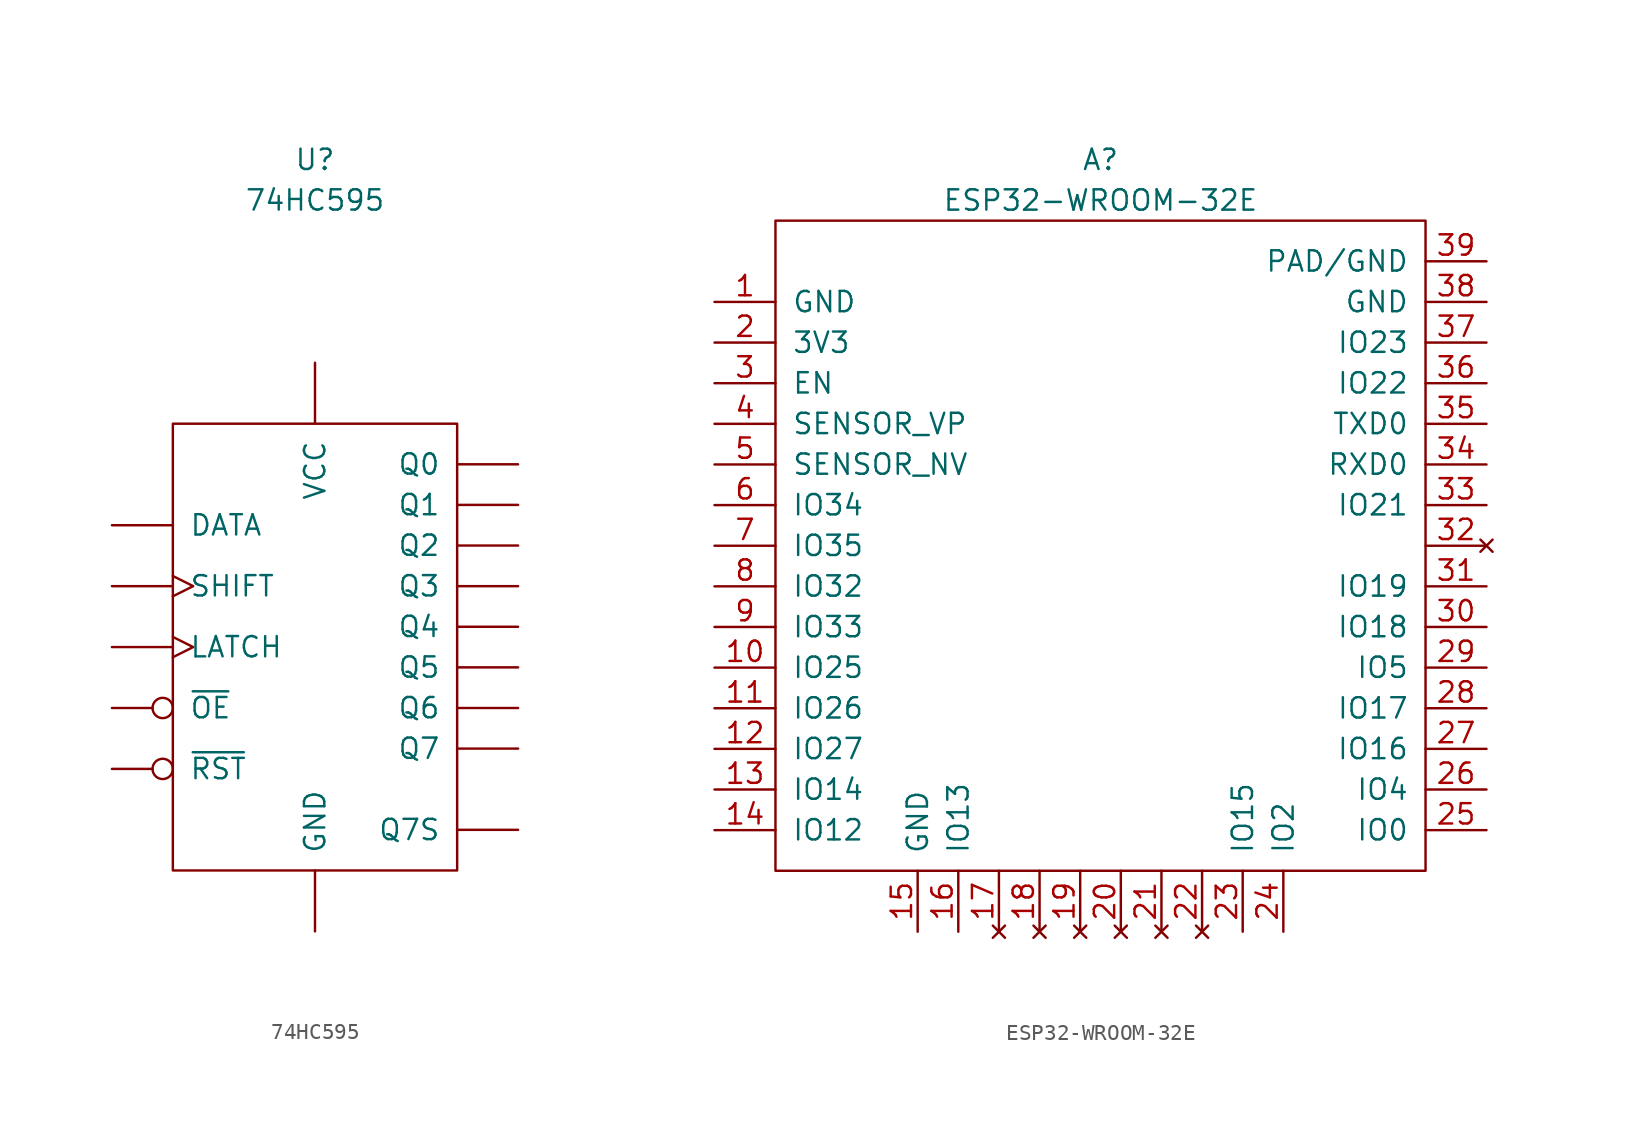
<source format=kicad_sym>
(kicad_symbol_lib
  (version 20211014)
  (generator kicad_symbol_editor)
  (symbol "74HC595"
    (pin_numbers hide)
    (pin_names
      (offset 1.016))
    (property "Reference" "U"
      (at 0 30.48 0)
      (effects (font (size 1.27 1.27))))
    (property "Value" "74HC595"
      (at 0 27.94 0)
      (effects (font (size 1.27 1.27))))
    (symbol "74HC595_0_1"
      (rectangle (start -8.89 13.97) (end 8.89 -13.97) (stroke (width 0) (type default) (color 0 0 0 0)) (fill (type none))))
    (symbol "74HC595_1_1"
      (pin output line (at 12.7 8.89 180) (length 3.81) (name "Q1" (effects (font (size 1.27 1.27)))) (number "1" (effects (font (size 1.27 1.27)))))
      (pin input inverted (at -12.7 -7.62 0) (length 3.81) (name "~{RST}" (effects (font (size 1.27 1.27)))) (number "10" (effects (font (size 1.27 1.27)))))
      (pin input clock (at -12.7 3.81 0) (length 3.81) (name "SHIFT" (effects (font (size 1.27 1.27)))) (number "11" (effects (font (size 1.27 1.27)))))
      (pin input clock (at -12.7 0 0) (length 3.81) (name "LATCH" (effects (font (size 1.27 1.27)))) (number "12" (effects (font (size 1.27 1.27)))))
      (pin input inverted (at -12.7 -3.81 0) (length 3.81) (name "~{OE}" (effects (font (size 1.27 1.27)))) (number "13" (effects (font (size 1.27 1.27)))))
      (pin input line (at -12.7 7.62 0) (length 3.81) (name "DATA" (effects (font (size 1.27 1.27)))) (number "14" (effects (font (size 1.27 1.27)))))
      (pin output line (at 12.7 11.43 180) (length 3.81) (name "Q0" (effects (font (size 1.27 1.27)))) (number "15" (effects (font (size 1.27 1.27)))))
      (pin power_in line (at 0 17.78 270) (length 3.81) (name "VCC" (effects (font (size 1.27 1.27)))) (number "16" (effects (font (size 1.27 1.27)))))
      (pin output line (at 12.7 6.35 180) (length 3.81) (name "Q2" (effects (font (size 1.27 1.27)))) (number "2" (effects (font (size 1.27 1.27)))))
      (pin output line (at 12.7 3.81 180) (length 3.81) (name "Q3" (effects (font (size 1.27 1.27)))) (number "3" (effects (font (size 1.27 1.27)))))
      (pin output line (at 12.7 1.27 180) (length 3.81) (name "Q4" (effects (font (size 1.27 1.27)))) (number "4" (effects (font (size 1.27 1.27)))))
      (pin output line (at 12.7 -1.27 180) (length 3.81) (name "Q5" (effects (font (size 1.27 1.27)))) (number "5" (effects (font (size 1.27 1.27)))))
      (pin output line (at 12.7 -3.81 180) (length 3.81) (name "Q6" (effects (font (size 1.27 1.27)))) (number "6" (effects (font (size 1.27 1.27)))))
      (pin output line (at 12.7 -6.35 180) (length 3.81) (name "Q7" (effects (font (size 1.27 1.27)))) (number "7" (effects (font (size 1.27 1.27)))))
      (pin power_in line (at 0 -17.78 90) (length 3.81) (name "GND" (effects (font (size 1.27 1.27)))) (number "8" (effects (font (size 1.27 1.27)))))
      (pin output line (at 12.7 -11.43 180) (length 3.81) (name "Q7S" (effects (font (size 1.27 1.27)))) (number "9" (effects (font (size 1.27 1.27)))))))
  (symbol "ESP32-WROOM-32E"
    (pin_names
      (offset 1.016))
    (property "Reference" "A"
      (at 0 25.4 0)
      (effects (font (size 1.27 1.27))))
    (property "Value" "ESP32-WROOM-32E"
      (at 0 22.86 0)
      (effects (font (size 1.27 1.27))))
    (symbol "ESP32-WROOM-32E_0_1"
      (rectangle (start -20.32 21.59) (end 20.32 -19.05) (stroke (width 0) (type default) (color 0 0 0 0)) (fill (type none))))
    (symbol "ESP32-WROOM-32E_1_1"
      (pin power_in line (at -24.13 16.51 0) (length 3.81) (name "GND" (effects (font (size 1.27 1.27)))) (number "1" (effects (font (size 1.27 1.27)))))
      (pin bidirectional line (at -24.13 -6.35 0) (length 3.81) (name "IO25" (effects (font (size 1.27 1.27)))) (number "10" (effects (font (size 1.27 1.27)))))
      (pin bidirectional line (at -24.13 -8.89 0) (length 3.81) (name "IO26" (effects (font (size 1.27 1.27)))) (number "11" (effects (font (size 1.27 1.27)))))
      (pin bidirectional line (at -24.13 -11.43 0) (length 3.81) (name "IO27" (effects (font (size 1.27 1.27)))) (number "12" (effects (font (size 1.27 1.27)))))
      (pin bidirectional line (at -24.13 -13.97 0) (length 3.81) (name "IO14" (effects (font (size 1.27 1.27)))) (number "13" (effects (font (size 1.27 1.27)))))
      (pin bidirectional line (at -24.13 -16.51 0) (length 3.81) (name "IO12" (effects (font (size 1.27 1.27)))) (number "14" (effects (font (size 1.27 1.27)))))
      (pin power_in line (at -11.43 -22.86 90) (length 3.81) (name "GND" (effects (font (size 1.27 1.27)))) (number "15" (effects (font (size 1.27 1.27)))))
      (pin bidirectional line (at -8.89 -22.86 90) (length 3.81) (name "IO13" (effects (font (size 1.27 1.27)))) (number "16" (effects (font (size 1.27 1.27)))))
      (pin no_connect line (at -6.35 -22.86 90) (length 3.81) (name "~" (effects (font (size 1.27 1.27)))) (number "17" (effects (font (size 1.27 1.27)))))
      (pin no_connect line (at -3.81 -22.86 90) (length 3.81) (name "~" (effects (font (size 1.27 1.27)))) (number "18" (effects (font (size 1.27 1.27)))))
      (pin no_connect line (at -1.27 -22.86 90) (length 3.81) (name "~" (effects (font (size 1.27 1.27)))) (number "19" (effects (font (size 1.27 1.27)))))
      (pin power_in line (at -24.13 13.97 0) (length 3.81) (name "3V3" (effects (font (size 1.27 1.27)))) (number "2" (effects (font (size 1.27 1.27)))))
      (pin no_connect line (at 1.27 -22.86 90) (length 3.81) (name "~" (effects (font (size 1.27 1.27)))) (number "20" (effects (font (size 1.27 1.27)))))
      (pin no_connect line (at 3.81 -22.86 90) (length 3.81) (name "~" (effects (font (size 1.27 1.27)))) (number "21" (effects (font (size 1.27 1.27)))))
      (pin no_connect line (at 6.35 -22.86 90) (length 3.81) (name "~" (effects (font (size 1.27 1.27)))) (number "22" (effects (font (size 1.27 1.27)))))
      (pin bidirectional line (at 8.89 -22.86 90) (length 3.81) (name "IO15" (effects (font (size 1.27 1.27)))) (number "23" (effects (font (size 1.27 1.27)))))
      (pin bidirectional line (at 11.43 -22.86 90) (length 3.81) (name "IO2" (effects (font (size 1.27 1.27)))) (number "24" (effects (font (size 1.27 1.27)))))
      (pin bidirectional line (at 24.13 -16.51 180) (length 3.81) (name "IO0" (effects (font (size 1.27 1.27)))) (number "25" (effects (font (size 1.27 1.27)))))
      (pin bidirectional line (at 24.13 -13.97 180) (length 3.81) (name "IO4" (effects (font (size 1.27 1.27)))) (number "26" (effects (font (size 1.27 1.27)))))
      (pin bidirectional line (at 24.13 -11.43 180) (length 3.81) (name "IO16" (effects (font (size 1.27 1.27)))) (number "27" (effects (font (size 1.27 1.27)))))
      (pin bidirectional line (at 24.13 -8.89 180) (length 3.81) (name "IO17" (effects (font (size 1.27 1.27)))) (number "28" (effects (font (size 1.27 1.27)))))
      (pin bidirectional line (at 24.13 -6.35 180) (length 3.81) (name "IO5" (effects (font (size 1.27 1.27)))) (number "29" (effects (font (size 1.27 1.27)))))
      (pin input line (at -24.13 11.43 0) (length 3.81) (name "EN" (effects (font (size 1.27 1.27)))) (number "3" (effects (font (size 1.27 1.27)))))
      (pin bidirectional line (at 24.13 -3.81 180) (length 3.81) (name "IO18" (effects (font (size 1.27 1.27)))) (number "30" (effects (font (size 1.27 1.27)))))
      (pin bidirectional line (at 24.13 -1.27 180) (length 3.81) (name "IO19" (effects (font (size 1.27 1.27)))) (number "31" (effects (font (size 1.27 1.27)))))
      (pin no_connect line (at 24.13 1.27 180) (length 3.81) (name "~" (effects (font (size 1.27 1.27)))) (number "32" (effects (font (size 1.27 1.27)))))
      (pin bidirectional line (at 24.13 3.81 180) (length 3.81) (name "IO21" (effects (font (size 1.27 1.27)))) (number "33" (effects (font (size 1.27 1.27)))))
      (pin bidirectional line (at 24.13 6.35 180) (length 3.81) (name "RXD0" (effects (font (size 1.27 1.27)))) (number "34" (effects (font (size 1.27 1.27)))))
      (pin bidirectional line (at 24.13 8.89 180) (length 3.81) (name "TXD0" (effects (font (size 1.27 1.27)))) (number "35" (effects (font (size 1.27 1.27)))))
      (pin bidirectional line (at 24.13 11.43 180) (length 3.81) (name "IO22" (effects (font (size 1.27 1.27)))) (number "36" (effects (font (size 1.27 1.27)))))
      (pin bidirectional line (at 24.13 13.97 180) (length 3.81) (name "IO23" (effects (font (size 1.27 1.27)))) (number "37" (effects (font (size 1.27 1.27)))))
      (pin power_in line (at 24.13 16.51 180) (length 3.81) (name "GND" (effects (font (size 1.27 1.27)))) (number "38" (effects (font (size 1.27 1.27)))))
      (pin power_in line (at 24.13 19.05 180) (length 3.81) (name "PAD/GND" (effects (font (size 1.27 1.27)))) (number "39" (effects (font (size 1.27 1.27)))))
      (pin input line (at -24.13 8.89 0) (length 3.81) (name "SENSOR_VP" (effects (font (size 1.27 1.27)))) (number "4" (effects (font (size 1.27 1.27)))))
      (pin input line (at -24.13 6.35 0) (length 3.81) (name "SENSOR_NV" (effects (font (size 1.27 1.27)))) (number "5" (effects (font (size 1.27 1.27)))))
      (pin input line (at -24.13 3.81 0) (length 3.81) (name "IO34" (effects (font (size 1.27 1.27)))) (number "6" (effects (font (size 1.27 1.27)))))
      (pin input line (at -24.13 1.27 0) (length 3.81) (name "IO35" (effects (font (size 1.27 1.27)))) (number "7" (effects (font (size 1.27 1.27)))))
      (pin bidirectional line (at -24.13 -1.27 0) (length 3.81) (name "IO32" (effects (font (size 1.27 1.27)))) (number "8" (effects (font (size 1.27 1.27)))))
      (pin bidirectional line (at -24.13 -3.81 0) (length 3.81) (name "IO33" (effects (font (size 1.27 1.27)))) (number "9" (effects (font (size 1.27 1.27))))))))
</source>
